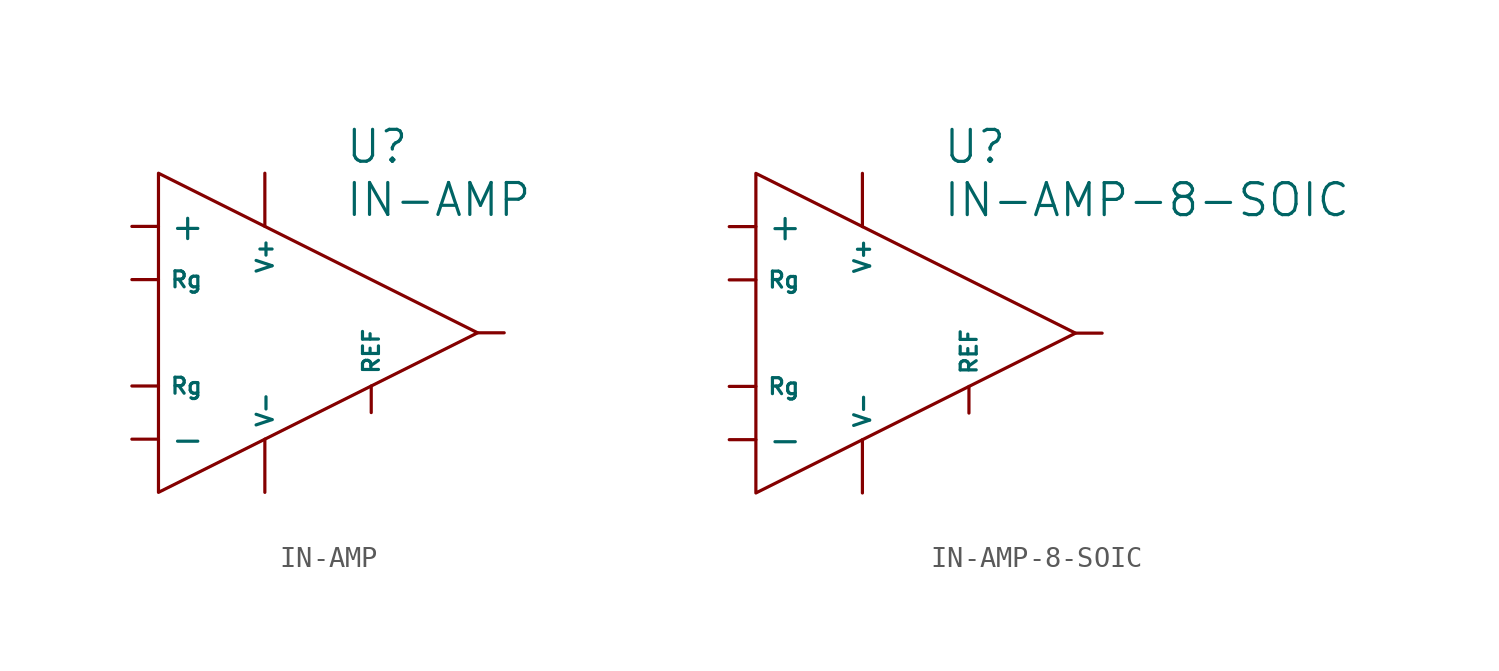
<source format=kicad_sym>
(kicad_symbol_lib
  (version 20211014)
  (generator kicad_symbol_editor)
  (symbol "IN-AMP"
    (pin_numbers hide)
    (property "Reference" "U"
      (at 10.16 3.81 0)
      (effects (font (size 1.524 1.524)) (justify left)))
    (property "Value" "IN-AMP"
      (at 10.16 1.27 0)
      (effects (font (size 1.524 1.524)) (justify left)))
    (symbol "IN-AMP_0_1"
      (polyline (pts (xy 1.27 2.54) (xy 1.27 -12.7) (xy 16.51 -5.08) (xy 1.27 2.54)) (stroke (width 0) (type default) (color 0 0 0 0)) (fill (type none))))
    (symbol "IN-AMP_1_1"
      (pin passive line (at 0 0 0) (length 1.27) (name "+" (effects (font (size 1.27 1.27)))) (number "+" (effects (font (size 1.27 1.27)))))
      (pin passive line (at 0 -10.16 0) (length 1.27) (name "-" (effects (font (size 1.27 1.27)))) (number "-" (effects (font (size 1.27 1.27)))))
      (pin power_out line (at 17.78 -5.08 180) (length 1.27) (name "~" (effects (font (size 1.27 1.27)))) (number "OUT" (effects (font (size 1.27 1.27)))))
      (pin passive line (at 11.43 -8.89 90) (length 1.27) (name "REF" (effects (font (size 0.762 0.762)))) (number "REF" (effects (font (size 1.27 1.27)))))
      (pin passive line (at 0 -2.54 0) (length 1.27) (name "Rg" (effects (font (size 0.762 0.762)))) (number "Rg+" (effects (font (size 1.27 1.27)))))
      (pin passive line (at 0 -7.62 0) (length 1.27) (name "Rg" (effects (font (size 0.762 0.762)))) (number "Rg-" (effects (font (size 1.27 1.27)))))
      (pin power_in line (at 6.35 2.54 270) (length 2.54) (name "V+" (effects (font (size 0.762 0.762)))) (number "V+" (effects (font (size 1.27 1.27)))))
      (pin power_in line (at 6.35 -12.7 90) (length 2.54) (name "V-" (effects (font (size 0.762 0.762)))) (number "V-" (effects (font (size 1.27 1.27)))))))
  (symbol "IN-AMP-8-SOIC"
    (pin_numbers hide)
    (property "Reference" "U"
      (at 10.16 3.81 0)
      (effects (font (size 1.524 1.524)) (justify left)))
    (property "Value" "IN-AMP-8-SOIC"
      (at 10.16 1.27 0)
      (effects (font (size 1.524 1.524)) (justify left)))
    (symbol "IN-AMP-8-SOIC_0_1"
      (polyline (pts (xy 1.27 2.54) (xy 1.27 -12.7) (xy 16.51 -5.08) (xy 1.27 2.54)) (stroke (width 0) (type default) (color 0 0 0 0)) (fill (type none))))
    (symbol "IN-AMP-8-SOIC_1_1"
      (pin passive line (at 0 -10.16 0) (length 1.27) (name "-" (effects (font (size 1.27 1.27)))) (number "1" (effects (font (size 1.27 1.27)))))
      (pin passive line (at 0 -7.62 0) (length 1.27) (name "Rg" (effects (font (size 0.762 0.762)))) (number "2" (effects (font (size 1.27 1.27)))))
      (pin passive line (at 0 -2.54 0) (length 1.27) (name "Rg" (effects (font (size 0.762 0.762)))) (number "3" (effects (font (size 1.27 1.27)))))
      (pin passive line (at 0 0 0) (length 1.27) (name "+" (effects (font (size 1.27 1.27)))) (number "4" (effects (font (size 1.27 1.27)))))
      (pin power_in line (at 6.35 -12.7 90) (length 2.54) (name "V-" (effects (font (size 0.762 0.762)))) (number "5" (effects (font (size 1.27 1.27)))))
      (pin passive line (at 11.43 -8.89 90) (length 1.27) (name "REF" (effects (font (size 0.762 0.762)))) (number "6" (effects (font (size 1.27 1.27)))))
      (pin power_out line (at 17.78 -5.08 180) (length 1.27) (name "~" (effects (font (size 1.27 1.27)))) (number "7" (effects (font (size 1.27 1.27)))))
      (pin power_in line (at 6.35 2.54 270) (length 2.54) (name "V+" (effects (font (size 0.762 0.762)))) (number "8" (effects (font (size 1.27 1.27))))))))
</source>
